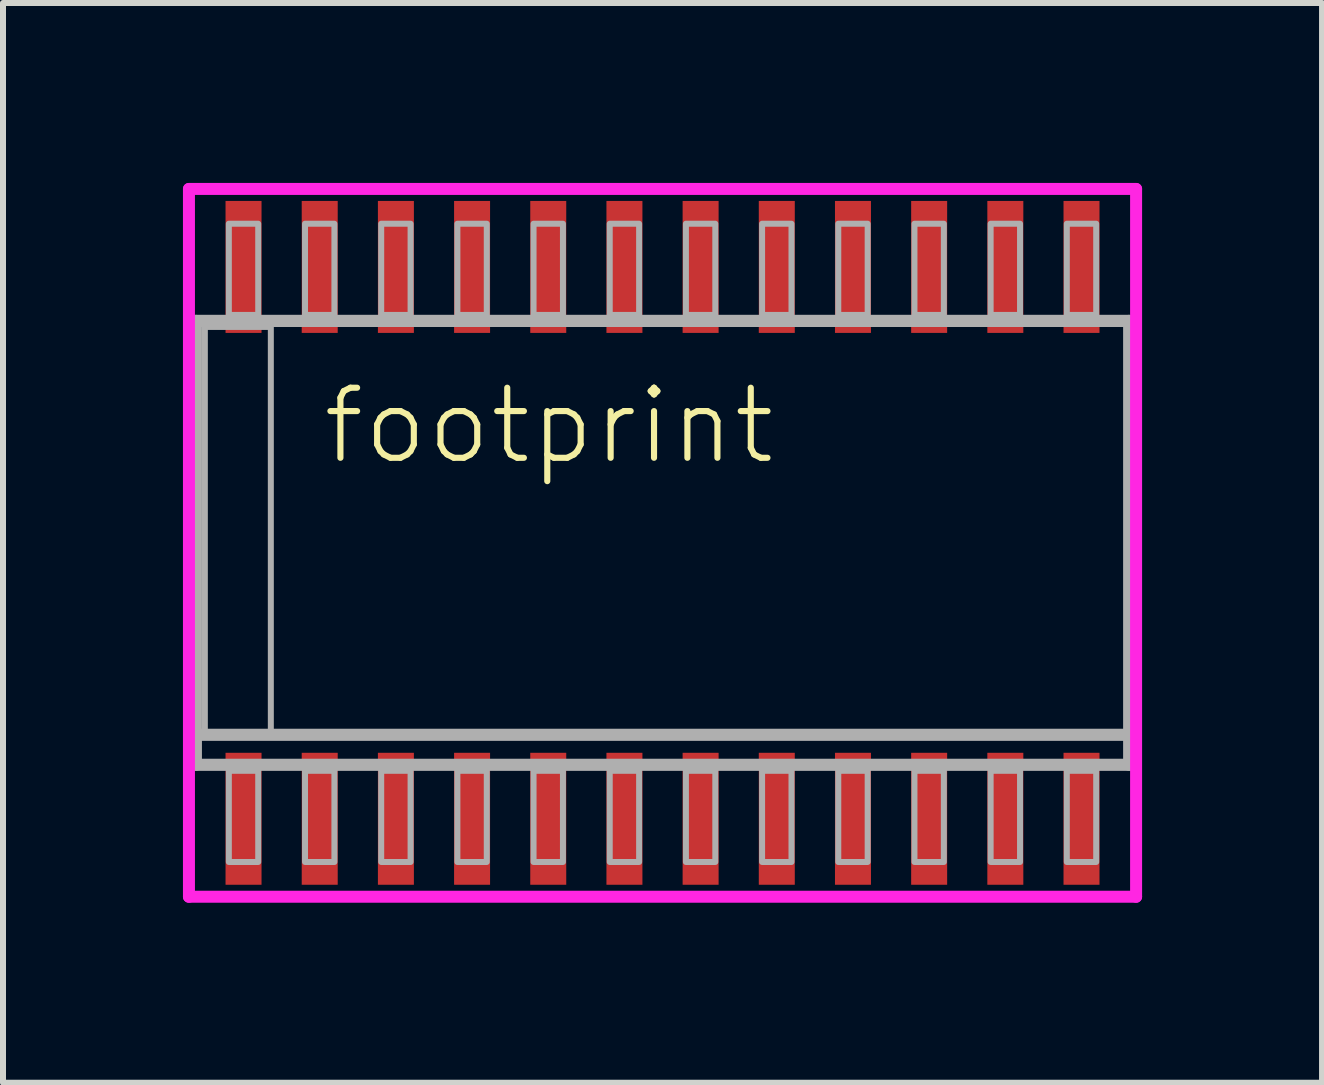
<source format=kicad_pcb>
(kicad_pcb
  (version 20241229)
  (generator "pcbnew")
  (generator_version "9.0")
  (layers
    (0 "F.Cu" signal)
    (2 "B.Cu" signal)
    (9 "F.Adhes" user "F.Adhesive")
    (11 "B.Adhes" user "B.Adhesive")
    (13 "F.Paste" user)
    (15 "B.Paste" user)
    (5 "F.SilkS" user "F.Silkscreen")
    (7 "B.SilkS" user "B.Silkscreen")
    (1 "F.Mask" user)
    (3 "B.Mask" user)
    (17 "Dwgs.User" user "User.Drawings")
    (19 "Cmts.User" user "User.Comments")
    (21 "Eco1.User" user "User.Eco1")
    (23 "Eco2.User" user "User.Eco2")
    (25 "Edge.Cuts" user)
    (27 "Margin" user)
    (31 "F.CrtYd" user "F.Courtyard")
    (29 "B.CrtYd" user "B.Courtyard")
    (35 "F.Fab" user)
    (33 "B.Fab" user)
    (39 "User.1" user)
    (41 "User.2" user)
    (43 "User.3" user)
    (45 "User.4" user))
  (footprint "footprint"
    (layer "F.Cu")
    (at 7.995 6)
    (property "Reference" "footprint" (at -5.715 -1.27 0) (layer "F.SilkS") (effects (font (size 1.168 1.168) (thickness 0.102)) (justify left bottom)))
    (fp_line (start -7.895 -5.9) (end 7.895 -5.9) (stroke (width 0.2) (type solid)) (layer "F.CrtYd"))
    (fp_line (start -7.895 5.9) (end -7.895 -5.9) (stroke (width 0.2) (type solid)) (layer "F.CrtYd"))
    (fp_line (start 7.895 -5.9) (end 7.895 5.9) (stroke (width 0.2) (type solid)) (layer "F.CrtYd"))
    (fp_line (start 7.895 5.9) (end -7.895 5.9) (stroke (width 0.2) (type solid)) (layer "F.CrtYd"))
    (fp_line (start -7.78 -3.7) (end 7.78 -3.7) (stroke (width 0.203) (type solid)) (layer "F.Fab"))
    (fp_line (start -7.78 3.2) (end -7.78 -3.7) (stroke (width 0.203) (type solid)) (layer "F.Fab"))
    (fp_line (start -7.78 3.7) (end -7.78 3.2) (stroke (width 0.203) (type solid)) (layer "F.Fab"))
    (fp_line (start 7.78 -3.7) (end 7.78 3.2) (stroke (width 0.203) (type solid)) (layer "F.Fab"))
    (fp_line (start 7.78 3.2) (end -7.78 3.2) (stroke (width 0.203) (type solid)) (layer "F.Fab"))
    (fp_line (start 7.78 3.2) (end 7.78 3.7) (stroke (width 0.203) (type solid)) (layer "F.Fab"))
    (fp_line (start 7.78 3.7) (end -7.78 3.7) (stroke (width 0.203) (type solid)) (layer "F.Fab"))
    (fp_poly (pts (xy -7.63 3.2) (xy -6.53 3.2) (xy -6.53 -3.6) (xy -7.63 -3.6)) (stroke (width 0.1) (type solid)) (fill no) (layer "F.Fab"))
    (fp_poly (pts (xy -7.23 -3.8) (xy -6.74 -3.8) (xy -6.74 -5.32) (xy -7.23 -5.32)) (stroke (width 0.1) (type solid)) (fill no) (layer "F.Fab"))
    (fp_poly (pts (xy -7.23 5.32) (xy -6.74 5.32) (xy -6.74 3.8) (xy -7.23 3.8)) (stroke (width 0.1) (type solid)) (fill no) (layer "F.Fab"))
    (fp_poly (pts (xy -5.96 -3.8) (xy -5.47 -3.8) (xy -5.47 -5.32) (xy -5.96 -5.32)) (stroke (width 0.1) (type solid)) (fill no) (layer "F.Fab"))
    (fp_poly (pts (xy -5.96 5.32) (xy -5.47 5.32) (xy -5.47 3.8) (xy -5.96 3.8)) (stroke (width 0.1) (type solid)) (fill no) (layer "F.Fab"))
    (fp_poly (pts (xy -4.69 -3.8) (xy -4.2 -3.8) (xy -4.2 -5.32) (xy -4.69 -5.32)) (stroke (width 0.1) (type solid)) (fill no) (layer "F.Fab"))
    (fp_poly (pts (xy -4.69 5.32) (xy -4.2 5.32) (xy -4.2 3.8) (xy -4.69 3.8)) (stroke (width 0.1) (type solid)) (fill no) (layer "F.Fab"))
    (fp_poly (pts (xy -3.42 -3.8) (xy -2.93 -3.8) (xy -2.93 -5.32) (xy -3.42 -5.32)) (stroke (width 0.1) (type solid)) (fill no) (layer "F.Fab"))
    (fp_poly (pts (xy -3.42 5.32) (xy -2.93 5.32) (xy -2.93 3.8) (xy -3.42 3.8)) (stroke (width 0.1) (type solid)) (fill no) (layer "F.Fab"))
    (fp_poly (pts (xy -2.15 -3.8) (xy -1.66 -3.8) (xy -1.66 -5.32) (xy -2.15 -5.32)) (stroke (width 0.1) (type solid)) (fill no) (layer "F.Fab"))
    (fp_poly (pts (xy -2.15 5.32) (xy -1.66 5.32) (xy -1.66 3.8) (xy -2.15 3.8)) (stroke (width 0.1) (type solid)) (fill no) (layer "F.Fab"))
    (fp_poly (pts (xy -0.88 -3.8) (xy -0.39 -3.8) (xy -0.39 -5.32) (xy -0.88 -5.32)) (stroke (width 0.1) (type solid)) (fill no) (layer "F.Fab"))
    (fp_poly (pts (xy -0.88 5.32) (xy -0.39 5.32) (xy -0.39 3.8) (xy -0.88 3.8)) (stroke (width 0.1) (type solid)) (fill no) (layer "F.Fab"))
    (fp_poly (pts (xy 0.39 -3.8) (xy 0.88 -3.8) (xy 0.88 -5.32) (xy 0.39 -5.32)) (stroke (width 0.1) (type solid)) (fill no) (layer "F.Fab"))
    (fp_poly (pts (xy 0.39 5.32) (xy 0.88 5.32) (xy 0.88 3.8) (xy 0.39 3.8)) (stroke (width 0.1) (type solid)) (fill no) (layer "F.Fab"))
    (fp_poly (pts (xy 1.66 -3.8) (xy 2.15 -3.8) (xy 2.15 -5.32) (xy 1.66 -5.32)) (stroke (width 0.1) (type solid)) (fill no) (layer "F.Fab"))
    (fp_poly (pts (xy 1.66 5.32) (xy 2.15 5.32) (xy 2.15 3.8) (xy 1.66 3.8)) (stroke (width 0.1) (type solid)) (fill no) (layer "F.Fab"))
    (fp_poly (pts (xy 2.93 -3.8) (xy 3.42 -3.8) (xy 3.42 -5.32) (xy 2.93 -5.32)) (stroke (width 0.1) (type solid)) (fill no) (layer "F.Fab"))
    (fp_poly (pts (xy 2.93 5.32) (xy 3.42 5.32) (xy 3.42 3.8) (xy 2.93 3.8)) (stroke (width 0.1) (type solid)) (fill no) (layer "F.Fab"))
    (fp_poly (pts (xy 4.2 -3.8) (xy 4.69 -3.8) (xy 4.69 -5.32) (xy 4.2 -5.32)) (stroke (width 0.1) (type solid)) (fill no) (layer "F.Fab"))
    (fp_poly (pts (xy 4.2 5.32) (xy 4.69 5.32) (xy 4.69 3.8) (xy 4.2 3.8)) (stroke (width 0.1) (type solid)) (fill no) (layer "F.Fab"))
    (fp_poly (pts (xy 5.47 -3.8) (xy 5.96 -3.8) (xy 5.96 -5.32) (xy 5.47 -5.32)) (stroke (width 0.1) (type solid)) (fill no) (layer "F.Fab"))
    (fp_poly (pts (xy 5.47 5.32) (xy 5.96 5.32) (xy 5.96 3.8) (xy 5.47 3.8)) (stroke (width 0.1) (type solid)) (fill no) (layer "F.Fab"))
    (fp_poly (pts (xy 6.74 -3.8) (xy 7.23 -3.8) (xy 7.23 -5.32) (xy 6.74 -5.32)) (stroke (width 0.1) (type solid)) (fill no) (layer "F.Fab"))
    (fp_poly (pts (xy 6.74 5.32) (xy 7.23 5.32) (xy 7.23 3.8) (xy 6.74 3.8)) (stroke (width 0.1) (type solid)) (fill no) (layer "F.Fab"))
    (pad "1" smd rect (at -6.985 4.6) (size 0.6 2.2) (layers "F.Cu" "F.Mask" "F.Paste"))
    (pad "2" smd rect (at -5.715 4.6) (size 0.6 2.2) (layers "F.Cu" "F.Mask" "F.Paste"))
    (pad "3" smd rect (at -4.445 4.6) (size 0.6 2.2) (layers "F.Cu" "F.Mask" "F.Paste"))
    (pad "4" smd rect (at -3.175 4.6) (size 0.6 2.2) (layers "F.Cu" "F.Mask" "F.Paste"))
    (pad "5" smd rect (at -1.905 4.6) (size 0.6 2.2) (layers "F.Cu" "F.Mask" "F.Paste"))
    (pad "6" smd rect (at -0.635 4.6) (size 0.6 2.2) (layers "F.Cu" "F.Mask" "F.Paste"))
    (pad "7" smd rect (at 0.635 4.6) (size 0.6 2.2) (layers "F.Cu" "F.Mask" "F.Paste"))
    (pad "8" smd rect (at 1.905 4.6) (size 0.6 2.2) (layers "F.Cu" "F.Mask" "F.Paste"))
    (pad "9" smd rect (at 3.175 4.6) (size 0.6 2.2) (layers "F.Cu" "F.Mask" "F.Paste"))
    (pad "10" smd rect (at 4.445 4.6) (size 0.6 2.2) (layers "F.Cu" "F.Mask" "F.Paste"))
    (pad "11" smd rect (at 5.715 4.6) (size 0.6 2.2) (layers "F.Cu" "F.Mask" "F.Paste"))
    (pad "12" smd rect (at 6.985 4.6) (size 0.6 2.2) (layers "F.Cu" "F.Mask" "F.Paste"))
    (pad "13" smd rect (at 6.985 -4.6) (size 0.6 2.2) (layers "F.Cu" "F.Mask" "F.Paste"))
    (pad "14" smd rect (at 5.715 -4.6) (size 0.6 2.2) (layers "F.Cu" "F.Mask" "F.Paste"))
    (pad "15" smd rect (at 4.445 -4.6) (size 0.6 2.2) (layers "F.Cu" "F.Mask" "F.Paste"))
    (pad "16" smd rect (at 3.175 -4.6) (size 0.6 2.2) (layers "F.Cu" "F.Mask" "F.Paste"))
    (pad "17" smd rect (at 1.905 -4.6) (size 0.6 2.2) (layers "F.Cu" "F.Mask" "F.Paste"))
    (pad "18" smd rect (at 0.635 -4.6) (size 0.6 2.2) (layers "F.Cu" "F.Mask" "F.Paste"))
    (pad "19" smd rect (at -0.635 -4.6) (size 0.6 2.2) (layers "F.Cu" "F.Mask" "F.Paste"))
    (pad "20" smd rect (at -1.905 -4.6) (size 0.6 2.2) (layers "F.Cu" "F.Mask" "F.Paste"))
    (pad "21" smd rect (at -3.175 -4.6) (size 0.6 2.2) (layers "F.Cu" "F.Mask" "F.Paste"))
    (pad "22" smd rect (at -4.445 -4.6) (size 0.6 2.2) (layers "F.Cu" "F.Mask" "F.Paste"))
    (pad "23" smd rect (at -5.715 -4.6) (size 0.6 2.2) (layers "F.Cu" "F.Mask" "F.Paste"))
    (pad "24" smd rect (at -6.985 -4.6) (size 0.6 2.2) (layers "F.Cu" "F.Mask" "F.Paste")))
  (gr_rect
    (start -3 -3)
    (end 18.99 15)
    (stroke (width 0.1) (type default))
    (fill no)
    (layer "Edge.Cuts")))
</source>
